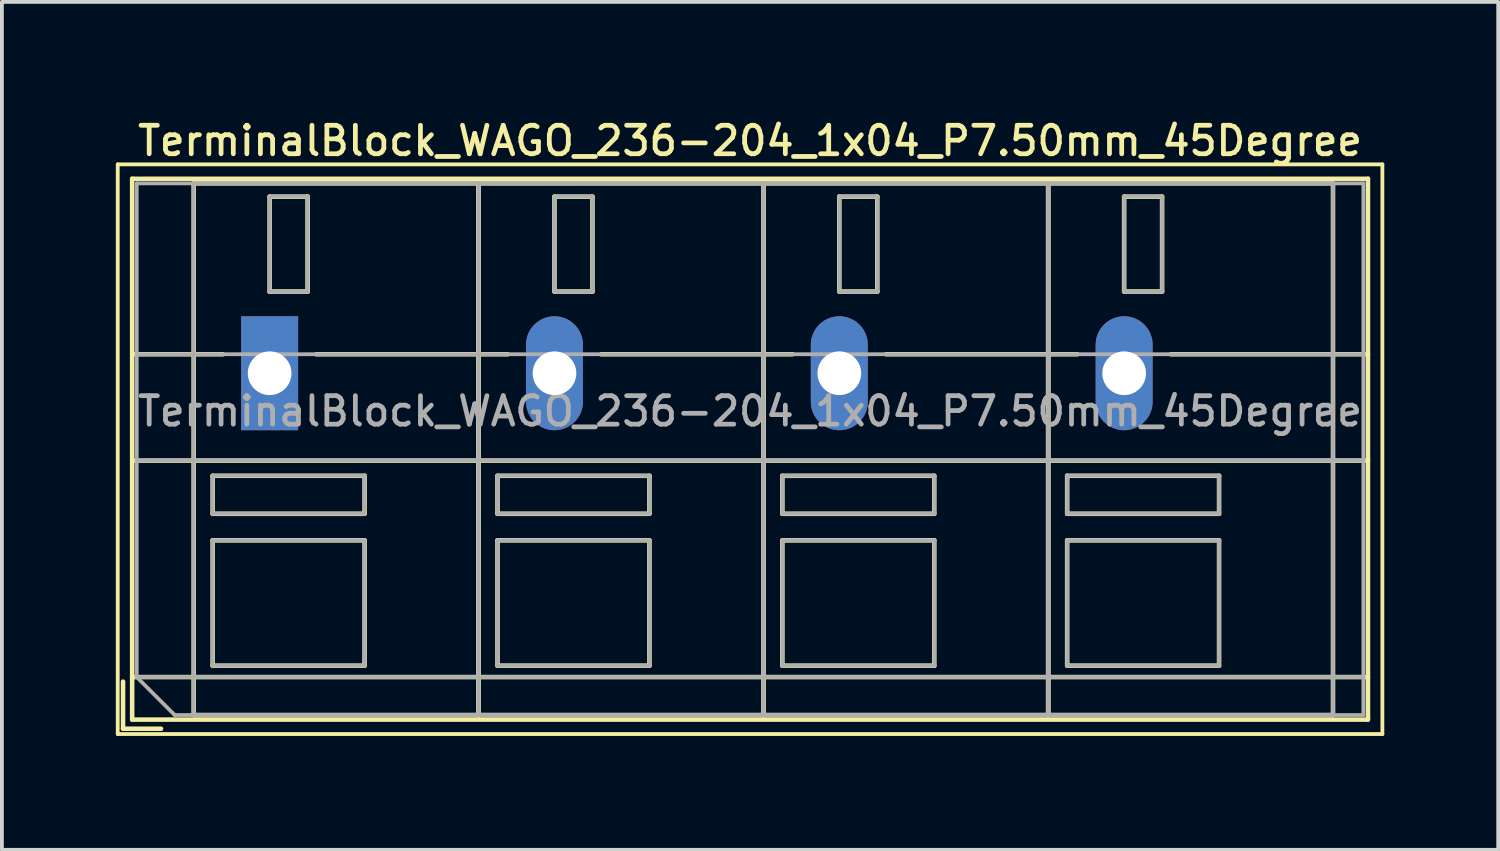
<source format=kicad_pcb>
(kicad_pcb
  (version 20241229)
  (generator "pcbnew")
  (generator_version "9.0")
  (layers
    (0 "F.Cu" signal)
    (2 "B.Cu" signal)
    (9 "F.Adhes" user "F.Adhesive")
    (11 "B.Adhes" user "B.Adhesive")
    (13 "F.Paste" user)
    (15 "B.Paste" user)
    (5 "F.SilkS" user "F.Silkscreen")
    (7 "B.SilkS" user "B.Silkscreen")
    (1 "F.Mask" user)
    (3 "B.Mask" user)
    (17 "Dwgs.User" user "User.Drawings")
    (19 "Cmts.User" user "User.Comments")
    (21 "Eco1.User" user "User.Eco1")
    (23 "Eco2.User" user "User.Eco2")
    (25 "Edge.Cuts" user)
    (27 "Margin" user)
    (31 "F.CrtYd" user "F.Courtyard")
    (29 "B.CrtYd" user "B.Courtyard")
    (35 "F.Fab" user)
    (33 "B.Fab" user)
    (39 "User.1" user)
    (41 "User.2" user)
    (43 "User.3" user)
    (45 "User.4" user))
  (footprint "TerminalBlock_WAGO_236-204_1x04_P7.50mm_45Degree"
    (layer "F.Cu")
    (at 4.05 6.778)
    (property "Reference" "TerminalBlock_WAGO_236-204_1x04_P7.50mm_45Degree" (at 12.65 -6.12 0) (layer "F.SilkS") (effects (font (size 0.75 0.75) (thickness 0.125))))
    (attr through_hole)
    (fp_line (start -4 -5.5) (end -4 9.5) (stroke (width 0.1) (type solid)) (layer "F.SilkS"))
    (fp_line (start -4 9.5) (end 29.3 9.5) (stroke (width 0.1) (type solid)) (layer "F.SilkS"))
    (fp_line (start -3.86 8.12) (end -3.86 9.36) (stroke (width 0.12) (type solid)) (layer "F.SilkS"))
    (fp_line (start -3.86 9.36) (end -2.86 9.36) (stroke (width 0.12) (type solid)) (layer "F.SilkS"))
    (fp_line (start -3.62 -5.12) (end -3.62 9.12) (stroke (width 0.12) (type solid)) (layer "F.SilkS"))
    (fp_line (start -3.62 -5.12) (end 28.92 -5.12) (stroke (width 0.12) (type solid)) (layer "F.SilkS"))
    (fp_line (start -3.62 -0.5) (end -1.23 -0.5) (stroke (width 0.12) (type solid)) (layer "F.SilkS"))
    (fp_line (start -3.62 2.3) (end 28.92 2.3) (stroke (width 0.12) (type solid)) (layer "F.SilkS"))
    (fp_line (start -3.62 8) (end 28.92 8) (stroke (width 0.12) (type solid)) (layer "F.SilkS"))
    (fp_line (start -3.62 9.12) (end 28.92 9.12) (stroke (width 0.12) (type solid)) (layer "F.SilkS"))
    (fp_line (start -2 -5) (end -2 9) (stroke (width 0.12) (type solid)) (layer "F.SilkS"))
    (fp_line (start -2 -5) (end 5.5 -5) (stroke (width 0.12) (type solid)) (layer "F.SilkS"))
    (fp_line (start -2 9) (end 5.5 9) (stroke (width 0.12) (type solid)) (layer "F.SilkS"))
    (fp_line (start -1.5 2.7) (end -1.5 3.7) (stroke (width 0.12) (type solid)) (layer "F.SilkS"))
    (fp_line (start -1.5 2.7) (end 2.5 2.7) (stroke (width 0.12) (type solid)) (layer "F.SilkS"))
    (fp_line (start -1.5 3.7) (end 2.5 3.7) (stroke (width 0.12) (type solid)) (layer "F.SilkS"))
    (fp_line (start -1.5 4.4) (end -1.5 7.7) (stroke (width 0.12) (type solid)) (layer "F.SilkS"))
    (fp_line (start -1.5 4.4) (end 2.5 4.4) (stroke (width 0.12) (type solid)) (layer "F.SilkS"))
    (fp_line (start -1.5 7.7) (end 2.5 7.7) (stroke (width 0.12) (type solid)) (layer "F.SilkS"))
    (fp_line (start 0 -4.65) (end 0 -2.151) (stroke (width 0.12) (type solid)) (layer "F.SilkS"))
    (fp_line (start 0 -4.65) (end 1 -4.65) (stroke (width 0.12) (type solid)) (layer "F.SilkS"))
    (fp_line (start 0 -2.151) (end 1 -2.151) (stroke (width 0.12) (type solid)) (layer "F.SilkS"))
    (fp_line (start 1 -4.65) (end 1 -2.151) (stroke (width 0.12) (type solid)) (layer "F.SilkS"))
    (fp_line (start 1.23 -0.5) (end 6.27 -0.5) (stroke (width 0.12) (type solid)) (layer "F.SilkS"))
    (fp_line (start 2.5 2.7) (end 2.5 3.7) (stroke (width 0.12) (type solid)) (layer "F.SilkS"))
    (fp_line (start 2.5 4.4) (end 2.5 7.7) (stroke (width 0.12) (type solid)) (layer "F.SilkS"))
    (fp_line (start 5.5 -5) (end 5.5 9) (stroke (width 0.12) (type solid)) (layer "F.SilkS"))
    (fp_line (start 5.5 -5) (end 5.5 9) (stroke (width 0.12) (type solid)) (layer "F.SilkS"))
    (fp_line (start 5.5 -5) (end 13 -5) (stroke (width 0.12) (type solid)) (layer "F.SilkS"))
    (fp_line (start 5.5 9) (end 13 9) (stroke (width 0.12) (type solid)) (layer "F.SilkS"))
    (fp_line (start 6 2.7) (end 6 3.7) (stroke (width 0.12) (type solid)) (layer "F.SilkS"))
    (fp_line (start 6 2.7) (end 10 2.7) (stroke (width 0.12) (type solid)) (layer "F.SilkS"))
    (fp_line (start 6 3.7) (end 10 3.7) (stroke (width 0.12) (type solid)) (layer "F.SilkS"))
    (fp_line (start 6 4.4) (end 6 7.7) (stroke (width 0.12) (type solid)) (layer "F.SilkS"))
    (fp_line (start 6 4.4) (end 10 4.4) (stroke (width 0.12) (type solid)) (layer "F.SilkS"))
    (fp_line (start 6 7.7) (end 10 7.7) (stroke (width 0.12) (type solid)) (layer "F.SilkS"))
    (fp_line (start 7.5 -4.65) (end 7.5 -2.151) (stroke (width 0.12) (type solid)) (layer "F.SilkS"))
    (fp_line (start 7.5 -4.65) (end 8.5 -4.65) (stroke (width 0.12) (type solid)) (layer "F.SilkS"))
    (fp_line (start 7.5 -2.151) (end 8.5 -2.151) (stroke (width 0.12) (type solid)) (layer "F.SilkS"))
    (fp_line (start 8.5 -4.65) (end 8.5 -2.151) (stroke (width 0.12) (type solid)) (layer "F.SilkS"))
    (fp_line (start 8.73 -0.5) (end 13.77 -0.5) (stroke (width 0.12) (type solid)) (layer "F.SilkS"))
    (fp_line (start 10 2.7) (end 10 3.7) (stroke (width 0.12) (type solid)) (layer "F.SilkS"))
    (fp_line (start 10 4.4) (end 10 7.7) (stroke (width 0.12) (type solid)) (layer "F.SilkS"))
    (fp_line (start 13 -5) (end 13 9) (stroke (width 0.12) (type solid)) (layer "F.SilkS"))
    (fp_line (start 13 -5) (end 13 9) (stroke (width 0.12) (type solid)) (layer "F.SilkS"))
    (fp_line (start 13 -5) (end 20.5 -5) (stroke (width 0.12) (type solid)) (layer "F.SilkS"))
    (fp_line (start 13 9) (end 20.5 9) (stroke (width 0.12) (type solid)) (layer "F.SilkS"))
    (fp_line (start 13.5 2.7) (end 13.5 3.7) (stroke (width 0.12) (type solid)) (layer "F.SilkS"))
    (fp_line (start 13.5 2.7) (end 17.5 2.7) (stroke (width 0.12) (type solid)) (layer "F.SilkS"))
    (fp_line (start 13.5 3.7) (end 17.5 3.7) (stroke (width 0.12) (type solid)) (layer "F.SilkS"))
    (fp_line (start 13.5 4.4) (end 13.5 7.7) (stroke (width 0.12) (type solid)) (layer "F.SilkS"))
    (fp_line (start 13.5 4.4) (end 17.5 4.4) (stroke (width 0.12) (type solid)) (layer "F.SilkS"))
    (fp_line (start 13.5 7.7) (end 17.5 7.7) (stroke (width 0.12) (type solid)) (layer "F.SilkS"))
    (fp_line (start 15 -4.65) (end 15 -2.151) (stroke (width 0.12) (type solid)) (layer "F.SilkS"))
    (fp_line (start 15 -4.65) (end 16 -4.65) (stroke (width 0.12) (type solid)) (layer "F.SilkS"))
    (fp_line (start 15 -2.151) (end 16 -2.151) (stroke (width 0.12) (type solid)) (layer "F.SilkS"))
    (fp_line (start 16 -4.65) (end 16 -2.151) (stroke (width 0.12) (type solid)) (layer "F.SilkS"))
    (fp_line (start 16.23 -0.5) (end 21.27 -0.5) (stroke (width 0.12) (type solid)) (layer "F.SilkS"))
    (fp_line (start 17.5 2.7) (end 17.5 3.7) (stroke (width 0.12) (type solid)) (layer "F.SilkS"))
    (fp_line (start 17.5 4.4) (end 17.5 7.7) (stroke (width 0.12) (type solid)) (layer "F.SilkS"))
    (fp_line (start 20.5 -5) (end 20.5 9) (stroke (width 0.12) (type solid)) (layer "F.SilkS"))
    (fp_line (start 20.5 -5) (end 20.5 9) (stroke (width 0.12) (type solid)) (layer "F.SilkS"))
    (fp_line (start 20.5 -5) (end 28 -5) (stroke (width 0.12) (type solid)) (layer "F.SilkS"))
    (fp_line (start 20.5 9) (end 28 9) (stroke (width 0.12) (type solid)) (layer "F.SilkS"))
    (fp_line (start 21 2.7) (end 21 3.7) (stroke (width 0.12) (type solid)) (layer "F.SilkS"))
    (fp_line (start 21 2.7) (end 25 2.7) (stroke (width 0.12) (type solid)) (layer "F.SilkS"))
    (fp_line (start 21 3.7) (end 25 3.7) (stroke (width 0.12) (type solid)) (layer "F.SilkS"))
    (fp_line (start 21 4.4) (end 21 7.7) (stroke (width 0.12) (type solid)) (layer "F.SilkS"))
    (fp_line (start 21 4.4) (end 25 4.4) (stroke (width 0.12) (type solid)) (layer "F.SilkS"))
    (fp_line (start 21 7.7) (end 25 7.7) (stroke (width 0.12) (type solid)) (layer "F.SilkS"))
    (fp_line (start 22.5 -4.65) (end 22.5 -2.151) (stroke (width 0.12) (type solid)) (layer "F.SilkS"))
    (fp_line (start 22.5 -4.65) (end 23.5 -4.65) (stroke (width 0.12) (type solid)) (layer "F.SilkS"))
    (fp_line (start 22.5 -2.151) (end 23.5 -2.151) (stroke (width 0.12) (type solid)) (layer "F.SilkS"))
    (fp_line (start 23.5 -4.65) (end 23.5 -2.151) (stroke (width 0.12) (type solid)) (layer "F.SilkS"))
    (fp_line (start 23.73 -0.5) (end 28.92 -0.5) (stroke (width 0.12) (type solid)) (layer "F.SilkS"))
    (fp_line (start 25 2.7) (end 25 3.7) (stroke (width 0.12) (type solid)) (layer "F.SilkS"))
    (fp_line (start 25 4.4) (end 25 7.7) (stroke (width 0.12) (type solid)) (layer "F.SilkS"))
    (fp_line (start 28 -5) (end 28 9) (stroke (width 0.12) (type solid)) (layer "F.SilkS"))
    (fp_line (start 28.92 -5.12) (end 28.92 9.12) (stroke (width 0.12) (type solid)) (layer "F.SilkS"))
    (fp_line (start 29.3 -5.5) (end -4 -5.5) (stroke (width 0.1) (type solid)) (layer "F.SilkS"))
    (fp_line (start 29.3 9.5) (end 29.3 -5.5) (stroke (width 0.1) (type solid)) (layer "F.SilkS"))
    (fp_line (start -3.5 -5) (end 28.8 -5) (stroke (width 0.1) (type solid)) (layer "F.Fab"))
    (fp_line (start -3.5 -0.5) (end 28.8 -0.5) (stroke (width 0.1) (type solid)) (layer "F.Fab"))
    (fp_line (start -3.5 2.3) (end 28.8 2.3) (stroke (width 0.1) (type solid)) (layer "F.Fab"))
    (fp_line (start -3.5 8) (end -3.5 -5) (stroke (width 0.1) (type solid)) (layer "F.Fab"))
    (fp_line (start -3.5 8) (end 28.8 8) (stroke (width 0.1) (type solid)) (layer "F.Fab"))
    (fp_line (start -2.5 9) (end -3.5 8) (stroke (width 0.1) (type solid)) (layer "F.Fab"))
    (fp_line (start -2 -5) (end -2 9) (stroke (width 0.1) (type solid)) (layer "F.Fab"))
    (fp_line (start -2 9) (end 5.5 9) (stroke (width 0.1) (type solid)) (layer "F.Fab"))
    (fp_line (start -1.5 2.7) (end -1.5 3.7) (stroke (width 0.1) (type solid)) (layer "F.Fab"))
    (fp_line (start -1.5 3.7) (end 2.5 3.7) (stroke (width 0.1) (type solid)) (layer "F.Fab"))
    (fp_line (start -1.5 4.4) (end -1.5 7.7) (stroke (width 0.1) (type solid)) (layer "F.Fab"))
    (fp_line (start -1.5 7.7) (end 2.5 7.7) (stroke (width 0.1) (type solid)) (layer "F.Fab"))
    (fp_line (start 0 -4.65) (end 0 -2.15) (stroke (width 0.1) (type solid)) (layer "F.Fab"))
    (fp_line (start 0 -2.15) (end 1 -2.15) (stroke (width 0.1) (type solid)) (layer "F.Fab"))
    (fp_line (start 1 -4.65) (end 0 -4.65) (stroke (width 0.1) (type solid)) (layer "F.Fab"))
    (fp_line (start 1 -2.15) (end 1 -4.65) (stroke (width 0.1) (type solid)) (layer "F.Fab"))
    (fp_line (start 2.5 2.7) (end -1.5 2.7) (stroke (width 0.1) (type solid)) (layer "F.Fab"))
    (fp_line (start 2.5 3.7) (end 2.5 2.7) (stroke (width 0.1) (type solid)) (layer "F.Fab"))
    (fp_line (start 2.5 4.4) (end -1.5 4.4) (stroke (width 0.1) (type solid)) (layer "F.Fab"))
    (fp_line (start 2.5 7.7) (end 2.5 4.4) (stroke (width 0.1) (type solid)) (layer "F.Fab"))
    (fp_line (start 5.5 -5) (end -2 -5) (stroke (width 0.1) (type solid)) (layer "F.Fab"))
    (fp_line (start 5.5 -5) (end 5.5 9) (stroke (width 0.1) (type solid)) (layer "F.Fab"))
    (fp_line (start 5.5 9) (end 5.5 -5) (stroke (width 0.1) (type solid)) (layer "F.Fab"))
    (fp_line (start 5.5 9) (end 13 9) (stroke (width 0.1) (type solid)) (layer "F.Fab"))
    (fp_line (start 6 2.7) (end 6 3.7) (stroke (width 0.1) (type solid)) (layer "F.Fab"))
    (fp_line (start 6 3.7) (end 10 3.7) (stroke (width 0.1) (type solid)) (layer "F.Fab"))
    (fp_line (start 6 4.4) (end 6 7.7) (stroke (width 0.1) (type solid)) (layer "F.Fab"))
    (fp_line (start 6 7.7) (end 10 7.7) (stroke (width 0.1) (type solid)) (layer "F.Fab"))
    (fp_line (start 7.5 -4.65) (end 7.5 -2.15) (stroke (width 0.1) (type solid)) (layer "F.Fab"))
    (fp_line (start 7.5 -2.15) (end 8.5 -2.15) (stroke (width 0.1) (type solid)) (layer "F.Fab"))
    (fp_line (start 8.5 -4.65) (end 7.5 -4.65) (stroke (width 0.1) (type solid)) (layer "F.Fab"))
    (fp_line (start 8.5 -2.15) (end 8.5 -4.65) (stroke (width 0.1) (type solid)) (layer "F.Fab"))
    (fp_line (start 10 2.7) (end 6 2.7) (stroke (width 0.1) (type solid)) (layer "F.Fab"))
    (fp_line (start 10 3.7) (end 10 2.7) (stroke (width 0.1) (type solid)) (layer "F.Fab"))
    (fp_line (start 10 4.4) (end 6 4.4) (stroke (width 0.1) (type solid)) (layer "F.Fab"))
    (fp_line (start 10 7.7) (end 10 4.4) (stroke (width 0.1) (type solid)) (layer "F.Fab"))
    (fp_line (start 13 -5) (end 5.5 -5) (stroke (width 0.1) (type solid)) (layer "F.Fab"))
    (fp_line (start 13 -5) (end 13 9) (stroke (width 0.1) (type solid)) (layer "F.Fab"))
    (fp_line (start 13 9) (end 13 -5) (stroke (width 0.1) (type solid)) (layer "F.Fab"))
    (fp_line (start 13 9) (end 20.5 9) (stroke (width 0.1) (type solid)) (layer "F.Fab"))
    (fp_line (start 13.5 2.7) (end 13.5 3.7) (stroke (width 0.1) (type solid)) (layer "F.Fab"))
    (fp_line (start 13.5 3.7) (end 17.5 3.7) (stroke (width 0.1) (type solid)) (layer "F.Fab"))
    (fp_line (start 13.5 4.4) (end 13.5 7.7) (stroke (width 0.1) (type solid)) (layer "F.Fab"))
    (fp_line (start 13.5 7.7) (end 17.5 7.7) (stroke (width 0.1) (type solid)) (layer "F.Fab"))
    (fp_line (start 15 -4.65) (end 15 -2.15) (stroke (width 0.1) (type solid)) (layer "F.Fab"))
    (fp_line (start 15 -2.15) (end 16 -2.15) (stroke (width 0.1) (type solid)) (layer "F.Fab"))
    (fp_line (start 16 -4.65) (end 15 -4.65) (stroke (width 0.1) (type solid)) (layer "F.Fab"))
    (fp_line (start 16 -2.15) (end 16 -4.65) (stroke (width 0.1) (type solid)) (layer "F.Fab"))
    (fp_line (start 17.5 2.7) (end 13.5 2.7) (stroke (width 0.1) (type solid)) (layer "F.Fab"))
    (fp_line (start 17.5 3.7) (end 17.5 2.7) (stroke (width 0.1) (type solid)) (layer "F.Fab"))
    (fp_line (start 17.5 4.4) (end 13.5 4.4) (stroke (width 0.1) (type solid)) (layer "F.Fab"))
    (fp_line (start 17.5 7.7) (end 17.5 4.4) (stroke (width 0.1) (type solid)) (layer "F.Fab"))
    (fp_line (start 20.5 -5) (end 13 -5) (stroke (width 0.1) (type solid)) (layer "F.Fab"))
    (fp_line (start 20.5 -5) (end 20.5 9) (stroke (width 0.1) (type solid)) (layer "F.Fab"))
    (fp_line (start 20.5 9) (end 20.5 -5) (stroke (width 0.1) (type solid)) (layer "F.Fab"))
    (fp_line (start 20.5 9) (end 28 9) (stroke (width 0.1) (type solid)) (layer "F.Fab"))
    (fp_line (start 21 2.7) (end 21 3.7) (stroke (width 0.1) (type solid)) (layer "F.Fab"))
    (fp_line (start 21 3.7) (end 25 3.7) (stroke (width 0.1) (type solid)) (layer "F.Fab"))
    (fp_line (start 21 4.4) (end 21 7.7) (stroke (width 0.1) (type solid)) (layer "F.Fab"))
    (fp_line (start 21 7.7) (end 25 7.7) (stroke (width 0.1) (type solid)) (layer "F.Fab"))
    (fp_line (start 22.5 -4.65) (end 22.5 -2.15) (stroke (width 0.1) (type solid)) (layer "F.Fab"))
    (fp_line (start 22.5 -2.15) (end 23.5 -2.15) (stroke (width 0.1) (type solid)) (layer "F.Fab"))
    (fp_line (start 23.5 -4.65) (end 22.5 -4.65) (stroke (width 0.1) (type solid)) (layer "F.Fab"))
    (fp_line (start 23.5 -2.15) (end 23.5 -4.65) (stroke (width 0.1) (type solid)) (layer "F.Fab"))
    (fp_line (start 25 2.7) (end 21 2.7) (stroke (width 0.1) (type solid)) (layer "F.Fab"))
    (fp_line (start 25 3.7) (end 25 2.7) (stroke (width 0.1) (type solid)) (layer "F.Fab"))
    (fp_line (start 25 4.4) (end 21 4.4) (stroke (width 0.1) (type solid)) (layer "F.Fab"))
    (fp_line (start 25 7.7) (end 25 4.4) (stroke (width 0.1) (type solid)) (layer "F.Fab"))
    (fp_line (start 28 -5) (end 20.5 -5) (stroke (width 0.1) (type solid)) (layer "F.Fab"))
    (fp_line (start 28 9) (end 28 -5) (stroke (width 0.1) (type solid)) (layer "F.Fab"))
    (fp_line (start 28.8 -5) (end 28.8 9) (stroke (width 0.1) (type solid)) (layer "F.Fab"))
    (fp_line (start 28.8 9) (end -2.5 9) (stroke (width 0.1) (type solid)) (layer "F.Fab"))
    (fp_text user "${REFERENCE}" (at 12.65 1 0) (layer "F.Fab") (effects (font (size 0.75 0.75) (thickness 0.125))))
    (pad "1" thru_hole rect (at 0 0) (size 1.5 3) (drill 1.15) (layers "*.Cu" "*.Mask"))
    (pad "2" thru_hole oval (at 7.5 0) (size 1.5 3) (drill 1.15) (layers "*.Cu" "*.Mask"))
    (pad "3" thru_hole oval (at 15 0) (size 1.5 3) (drill 1.15) (layers "*.Cu" "*.Mask"))
    (pad "4" thru_hole oval (at 22.5 0) (size 1.5 3) (drill 1.15) (layers "*.Cu" "*.Mask")))
  (gr_rect
    (start -3 -3)
    (end 36.4 19.328)
    (stroke (width 0.1) (type default))
    (fill no)
    (layer "Edge.Cuts")))
</source>
